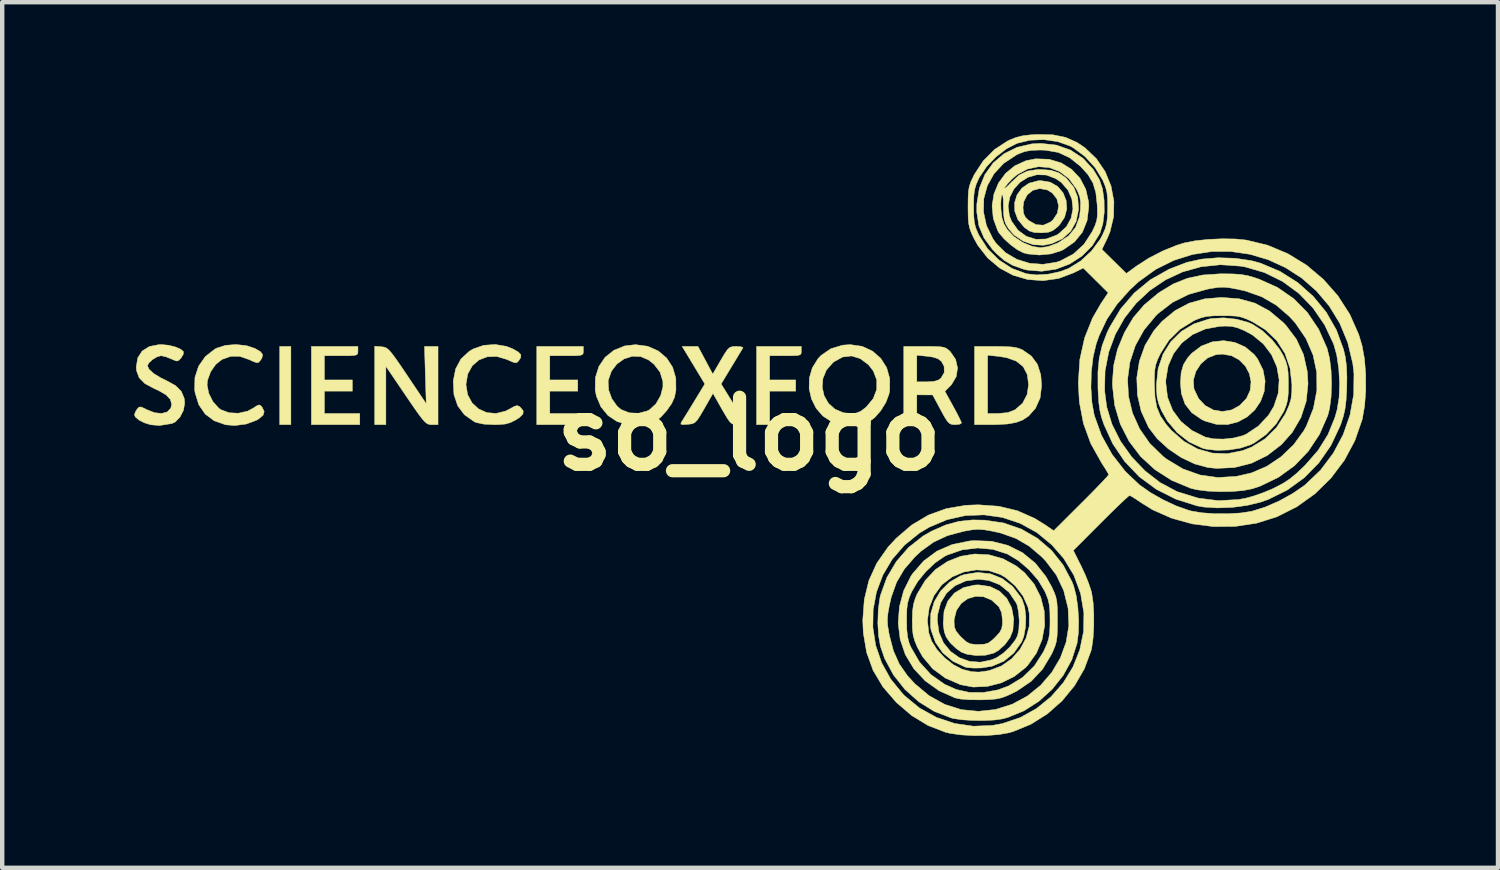
<source format=kicad_pcb>
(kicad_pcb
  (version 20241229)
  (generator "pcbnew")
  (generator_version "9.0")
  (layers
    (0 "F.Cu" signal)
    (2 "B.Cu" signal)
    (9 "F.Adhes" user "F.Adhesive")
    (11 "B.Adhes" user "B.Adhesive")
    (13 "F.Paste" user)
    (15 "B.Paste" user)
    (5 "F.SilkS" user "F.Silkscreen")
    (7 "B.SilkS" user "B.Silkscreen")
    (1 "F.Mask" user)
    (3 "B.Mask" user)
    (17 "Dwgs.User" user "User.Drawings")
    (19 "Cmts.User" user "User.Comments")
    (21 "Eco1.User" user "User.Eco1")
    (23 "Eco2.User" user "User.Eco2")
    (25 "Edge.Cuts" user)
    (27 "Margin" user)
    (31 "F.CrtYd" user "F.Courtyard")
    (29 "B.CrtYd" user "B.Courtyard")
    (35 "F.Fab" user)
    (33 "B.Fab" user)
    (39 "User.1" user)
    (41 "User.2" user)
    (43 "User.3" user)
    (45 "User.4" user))
  (footprint "so_logo"
    (layer "F.Cu")
    (at 13.974 6.812)
    (property "Reference" "so_logo" (at 0 0 0) (layer "F.SilkS") (effects (font (size 1.524 1.524) (thickness 0.3))))
    (attr through_hole)
    (fp_poly (pts (xy -10.414 -0.212) (xy -10.668 -0.212) (xy -10.668 -1.99) (xy -10.414 -1.99) (xy -10.414 -0.212)) (stroke (width 0.01) (type solid)) (fill yes) (layer "F.SilkS"))
    (fp_poly (pts (xy 1.185 -1.884) (xy 1.182 -1.833) (xy 1.161 -1.801) (xy 1.105 -1.785) (xy 0.998 -1.779) (xy 0.826 -1.778) (xy 0.466 -1.778) (xy 0.466 -1.228) (xy 1.058 -1.228) (xy 1.058 -0.974) (xy 0.466 -0.974) (xy 0.466 -0.212) (xy 0.169 -0.212) (xy 0.169 -1.99) (xy 1.185 -1.99) (xy 1.185 -1.884)) (stroke (width 0.01) (type solid)) (fill yes) (layer "F.SilkS"))
    (fp_poly (pts (xy -8.89 -1.884) (xy -8.893 -1.834) (xy -8.913 -1.803) (xy -8.966 -1.786) (xy -9.069 -1.779) (xy -9.237 -1.778) (xy -9.271 -1.778) (xy -9.652 -1.778) (xy -9.652 -1.228) (xy -9.017 -1.228) (xy -9.017 -0.974) (xy -9.652 -0.974) (xy -9.652 -0.466) (xy -8.848 -0.466) (xy -8.848 -0.212) (xy -9.948 -0.212) (xy -9.948 -1.99) (xy -8.89 -1.99) (xy -8.89 -1.884)) (stroke (width 0.01) (type solid)) (fill yes) (layer "F.SilkS"))
    (fp_poly (pts (xy -3.768 -1.884) (xy -3.771 -1.834) (xy -3.791 -1.803) (xy -3.844 -1.786) (xy -3.947 -1.779) (xy -4.115 -1.778) (xy -4.149 -1.778) (xy -4.53 -1.778) (xy -4.53 -1.228) (xy -3.895 -1.228) (xy -3.895 -0.974) (xy -4.53 -0.974) (xy -4.53 -0.466) (xy -3.725 -0.466) (xy -3.725 -0.212) (xy -4.826 -0.212) (xy -4.826 -1.99) (xy -3.768 -1.99) (xy -3.768 -1.884)) (stroke (width 0.01) (type solid)) (fill yes) (layer "F.SilkS"))
    (fp_poly (pts (xy -8.354 -1.982) (xy -8.297 -1.974) (xy -8.247 -1.955) (xy -8.193 -1.914) (xy -8.129 -1.843) (xy -8.044 -1.73) (xy -7.931 -1.568) (xy -7.78 -1.345) (xy -7.769 -1.328) (xy -7.338 -0.687) (xy -7.358 -1.338) (xy -7.377 -1.99) (xy -7.07 -1.99) (xy -7.07 -0.212) (xy -7.212 -0.212) (xy -7.263 -0.215) (xy -7.31 -0.231) (xy -7.361 -0.269) (xy -7.425 -0.338) (xy -7.508 -0.447) (xy -7.621 -0.607) (xy -7.771 -0.826) (xy -7.804 -0.875) (xy -8.255 -1.539) (xy -8.255 -0.212) (xy -8.509 -0.212) (xy -8.509 -1.995) (xy -8.354 -1.982)) (stroke (width 0.01) (type solid)) (fill yes) (layer "F.SilkS"))
    (fp_poly (pts (xy 5.817 -1.987) (xy 5.98 -1.976) (xy 6.099 -1.954) (xy 6.194 -1.92) (xy 6.214 -1.91) (xy 6.415 -1.769) (xy 6.552 -1.582) (xy 6.627 -1.343) (xy 6.646 -1.1) (xy 6.612 -0.819) (xy 6.508 -0.585) (xy 6.351 -0.409) (xy 6.221 -0.321) (xy 6.067 -0.262) (xy 5.871 -0.227) (xy 5.615 -0.213) (xy 5.514 -0.212) (xy 5.122 -0.212) (xy 5.122 -0.466) (xy 5.419 -0.466) (xy 5.662 -0.466) (xy 5.88 -0.486) (xy 6.043 -0.55) (xy 6.043 -0.55) (xy 6.215 -0.701) (xy 6.318 -0.899) (xy 6.35 -1.122) (xy 6.32 -1.352) (xy 6.228 -1.529) (xy 6.07 -1.656) (xy 5.845 -1.736) (xy 5.674 -1.763) (xy 5.419 -1.79) (xy 5.419 -0.466) (xy 5.122 -0.466) (xy 5.122 -1.99) (xy 5.59 -1.99) (xy 5.817 -1.987)) (stroke (width 0.01) (type solid)) (fill yes) (layer "F.SilkS"))
    (fp_poly (pts (xy 6.843 -5.721) (xy 7.012 -5.624) (xy 7.134 -5.48) (xy 7.204 -5.305) (xy 7.218 -5.115) (xy 7.168 -4.924) (xy 7.051 -4.749) (xy 7.002 -4.701) (xy 6.898 -4.622) (xy 6.795 -4.583) (xy 6.655 -4.572) (xy 6.625 -4.572) (xy 6.475 -4.58) (xy 6.369 -4.613) (xy 6.267 -4.685) (xy 6.248 -4.701) (xy 6.106 -4.873) (xy 6.036 -5.062) (xy 6.034 -5.149) (xy 6.223 -5.149) (xy 6.234 -5.016) (xy 6.278 -4.925) (xy 6.353 -4.851) (xy 6.519 -4.757) (xy 6.686 -4.745) (xy 6.845 -4.815) (xy 6.904 -4.865) (xy 7.004 -5.017) (xy 7.033 -5.183) (xy 6.993 -5.343) (xy 6.889 -5.476) (xy 6.776 -5.545) (xy 6.602 -5.577) (xy 6.445 -5.536) (xy 6.319 -5.434) (xy 6.241 -5.281) (xy 6.223 -5.149) (xy 6.034 -5.149) (xy 6.032 -5.254) (xy 6.088 -5.434) (xy 6.199 -5.588) (xy 6.36 -5.699) (xy 6.566 -5.754) (xy 6.634 -5.757) (xy 6.843 -5.721)) (stroke (width 0.01) (type solid)) (fill yes) (layer "F.SilkS"))
    (fp_poly (pts (xy 4.188 -1.989) (xy 4.328 -1.984) (xy 4.42 -1.97) (xy 4.483 -1.945) (xy 4.536 -1.904) (xy 4.573 -1.868) (xy 4.692 -1.695) (xy 4.736 -1.501) (xy 4.706 -1.305) (xy 4.601 -1.125) (xy 4.57 -1.092) (xy 4.448 -0.97) (xy 4.637 -0.628) (xy 4.72 -0.474) (xy 4.784 -0.347) (xy 4.821 -0.266) (xy 4.826 -0.249) (xy 4.789 -0.224) (xy 4.697 -0.212) (xy 4.68 -0.212) (xy 4.608 -0.216) (xy 4.553 -0.239) (xy 4.5 -0.294) (xy 4.435 -0.397) (xy 4.352 -0.55) (xy 4.17 -0.888) (xy 3.99 -0.888) (xy 3.81 -0.889) (xy 3.81 -0.212) (xy 3.514 -0.212) (xy 3.514 -1.185) (xy 3.81 -1.185) (xy 4.043 -1.185) (xy 4.203 -1.195) (xy 4.307 -1.229) (xy 4.36 -1.27) (xy 4.434 -1.396) (xy 4.43 -1.538) (xy 4.371 -1.648) (xy 4.291 -1.711) (xy 4.161 -1.75) (xy 4.053 -1.765) (xy 3.81 -1.79) (xy 3.81 -1.185) (xy 3.514 -1.185) (xy 3.514 -1.99) (xy 3.983 -1.99) (xy 4.188 -1.989)) (stroke (width 0.01) (type solid)) (fill yes) (layer "F.SilkS"))
    (fp_poly (pts (xy -11.423 -2.007) (xy -11.232 -1.944) (xy -11.107 -1.872) (xy -11.056 -1.804) (xy -11.073 -1.726) (xy -11.106 -1.673) (xy -11.145 -1.629) (xy -11.189 -1.619) (xy -11.264 -1.645) (xy -11.353 -1.687) (xy -11.574 -1.764) (xy -11.779 -1.765) (xy -11.978 -1.695) (xy -12.122 -1.58) (xy -12.238 -1.413) (xy -12.307 -1.224) (xy -12.318 -1.119) (xy -12.281 -0.925) (xy -12.186 -0.736) (xy -12.052 -0.586) (xy -12.004 -0.552) (xy -11.818 -0.482) (xy -11.605 -0.472) (xy -11.395 -0.52) (xy -11.265 -0.59) (xy -11.175 -0.649) (xy -11.125 -0.661) (xy -11.084 -0.628) (xy -11.068 -0.608) (xy -11.021 -0.51) (xy -11.046 -0.425) (xy -11.149 -0.34) (xy -11.198 -0.312) (xy -11.43 -0.226) (xy -11.688 -0.192) (xy -11.896 -0.209) (xy -12.157 -0.3) (xy -12.361 -0.453) (xy -12.507 -0.666) (xy -12.59 -0.935) (xy -12.601 -1.008) (xy -12.594 -1.285) (xy -12.511 -1.54) (xy -12.358 -1.759) (xy -12.144 -1.927) (xy -12.102 -1.95) (xy -11.901 -2.014) (xy -11.663 -2.033) (xy -11.423 -2.007)) (stroke (width 0.01) (type solid)) (fill yes) (layer "F.SilkS"))
    (fp_poly (pts (xy -5.514 -1.991) (xy -5.377 -1.937) (xy -5.247 -1.863) (xy -5.188 -1.802) (xy -5.19 -1.739) (xy -5.229 -1.675) (xy -5.268 -1.63) (xy -5.311 -1.617) (xy -5.381 -1.638) (xy -5.5 -1.692) (xy -5.731 -1.761) (xy -5.948 -1.755) (xy -6.14 -1.682) (xy -6.293 -1.548) (xy -6.395 -1.363) (xy -6.434 -1.133) (xy -6.435 -1.122) (xy -6.398 -0.894) (xy -6.297 -0.707) (xy -6.146 -0.568) (xy -5.96 -0.485) (xy -5.751 -0.467) (xy -5.535 -0.52) (xy -5.44 -0.569) (xy -5.333 -0.629) (xy -5.269 -0.645) (xy -5.219 -0.623) (xy -5.196 -0.604) (xy -5.134 -0.525) (xy -5.141 -0.452) (xy -5.221 -0.373) (xy -5.306 -0.319) (xy -5.425 -0.259) (xy -5.544 -0.226) (xy -5.697 -0.213) (xy -5.803 -0.212) (xy -6.032 -0.224) (xy -6.201 -0.26) (xy -6.244 -0.278) (xy -6.469 -0.436) (xy -6.623 -0.641) (xy -6.708 -0.893) (xy -6.724 -1.194) (xy -6.724 -1.204) (xy -6.67 -1.479) (xy -6.549 -1.705) (xy -6.359 -1.88) (xy -6.269 -1.933) (xy -6.033 -2.015) (xy -5.771 -2.034) (xy -5.514 -1.991)) (stroke (width 0.01) (type solid)) (fill yes) (layer "F.SilkS"))
    (fp_poly (pts (xy 11.038 -2.081) (xy 11.274 -1.976) (xy 11.476 -1.807) (xy 11.556 -1.703) (xy 11.678 -1.454) (xy 11.725 -1.205) (xy 11.704 -0.965) (xy 11.623 -0.743) (xy 11.492 -0.548) (xy 11.318 -0.389) (xy 11.109 -0.275) (xy 10.875 -0.215) (xy 10.622 -0.218) (xy 10.361 -0.293) (xy 10.282 -0.33) (xy 10.058 -0.484) (xy 9.906 -0.678) (xy 9.822 -0.919) (xy 9.801 -1.161) (xy 9.806 -1.226) (xy 10.095 -1.226) (xy 10.108 -1.031) (xy 10.111 -1.02) (xy 10.213 -0.805) (xy 10.364 -0.645) (xy 10.55 -0.545) (xy 10.756 -0.511) (xy 10.966 -0.548) (xy 11.149 -0.649) (xy 11.303 -0.81) (xy 11.386 -0.994) (xy 11.405 -1.186) (xy 11.366 -1.374) (xy 11.275 -1.544) (xy 11.138 -1.683) (xy 10.963 -1.778) (xy 10.754 -1.815) (xy 10.606 -1.802) (xy 10.419 -1.728) (xy 10.264 -1.594) (xy 10.151 -1.42) (xy 10.095 -1.226) (xy 9.806 -1.226) (xy 9.817 -1.394) (xy 9.869 -1.576) (xy 9.968 -1.734) (xy 10.06 -1.836) (xy 10.278 -2) (xy 10.525 -2.094) (xy 10.783 -2.121) (xy 11.038 -2.081)) (stroke (width 0.01) (type solid)) (fill yes) (layer "F.SilkS"))
    (fp_poly (pts (xy -0.995 -1.675) (xy -0.827 -1.361) (xy -0.645 -1.675) (xy -0.555 -1.827) (xy -0.491 -1.92) (xy -0.436 -1.968) (xy -0.374 -1.987) (xy -0.292 -1.99) (xy -0.191 -1.983) (xy -0.141 -1.966) (xy -0.141 -1.958) (xy -0.169 -1.911) (xy -0.232 -1.807) (xy -0.318 -1.664) (xy -0.398 -1.532) (xy -0.637 -1.137) (xy -0.41 -0.77) (xy -0.278 -0.557) (xy -0.188 -0.407) (xy -0.134 -0.308) (xy -0.115 -0.249) (xy -0.127 -0.221) (xy -0.167 -0.212) (xy -0.233 -0.212) (xy -0.25 -0.212) (xy -0.329 -0.214) (xy -0.387 -0.231) (xy -0.44 -0.277) (xy -0.501 -0.364) (xy -0.585 -0.506) (xy -0.62 -0.567) (xy -0.822 -0.923) (xy -1.019 -0.578) (xy -1.113 -0.417) (xy -1.18 -0.315) (xy -1.236 -0.258) (xy -1.296 -0.232) (xy -1.375 -0.221) (xy -1.398 -0.219) (xy -1.51 -0.213) (xy -1.553 -0.225) (xy -1.542 -0.264) (xy -1.517 -0.304) (xy -1.468 -0.382) (xy -1.388 -0.511) (xy -1.291 -0.67) (xy -1.23 -0.77) (xy -1.007 -1.137) (xy -1.264 -1.563) (xy -1.522 -1.99) (xy -1.163 -1.99) (xy -0.995 -1.675)) (stroke (width 0.01) (type solid)) (fill yes) (layer "F.SilkS"))
    (fp_poly (pts (xy -2.304 -1.993) (xy -2.065 -1.887) (xy -1.874 -1.725) (xy -1.738 -1.515) (xy -1.666 -1.268) (xy -1.664 -0.994) (xy -1.696 -0.833) (xy -1.762 -0.69) (xy -1.873 -0.531) (xy -2.004 -0.387) (xy -2.131 -0.288) (xy -2.134 -0.286) (xy -2.286 -0.234) (xy -2.487 -0.206) (xy -2.702 -0.207) (xy -2.752 -0.212) (xy -2.998 -0.281) (xy -3.207 -0.42) (xy -3.368 -0.616) (xy -3.471 -0.859) (xy -3.499 -1.001) (xy -3.495 -1.195) (xy -3.204 -1.195) (xy -3.193 -0.999) (xy -3.12 -0.799) (xy -2.999 -0.63) (xy -2.908 -0.554) (xy -2.724 -0.481) (xy -2.515 -0.471) (xy -2.318 -0.523) (xy -2.262 -0.552) (xy -2.118 -0.685) (xy -2.012 -0.869) (xy -1.959 -1.071) (xy -1.96 -1.195) (xy -2.025 -1.406) (xy -2.162 -1.584) (xy -2.286 -1.683) (xy -2.467 -1.76) (xy -2.658 -1.765) (xy -2.842 -1.706) (xy -3.004 -1.591) (xy -3.129 -1.428) (xy -3.2 -1.225) (xy -3.204 -1.195) (xy -3.495 -1.195) (xy -3.494 -1.282) (xy -3.415 -1.533) (xy -3.273 -1.743) (xy -3.074 -1.902) (xy -2.829 -2.001) (xy -2.582 -2.03) (xy -2.304 -1.993)) (stroke (width 0.01) (type solid)) (fill yes) (layer "F.SilkS"))
    (fp_poly (pts (xy 2.567 -1.992) (xy 2.802 -1.884) (xy 2.991 -1.719) (xy 3.125 -1.507) (xy 3.195 -1.259) (xy 3.193 -0.988) (xy 3.179 -0.91) (xy 3.108 -0.719) (xy 2.991 -0.529) (xy 2.85 -0.37) (xy 2.737 -0.288) (xy 2.579 -0.234) (xy 2.373 -0.206) (xy 2.151 -0.208) (xy 2.112 -0.212) (xy 1.873 -0.279) (xy 1.675 -0.408) (xy 1.521 -0.586) (xy 1.416 -0.798) (xy 1.363 -1.031) (xy 1.364 -1.058) (xy 1.661 -1.058) (xy 1.705 -0.866) (xy 1.803 -0.696) (xy 1.95 -0.564) (xy 2.141 -0.483) (xy 2.296 -0.466) (xy 2.43 -0.475) (xy 2.534 -0.514) (xy 2.645 -0.6) (xy 2.666 -0.618) (xy 2.821 -0.806) (xy 2.899 -1.013) (xy 2.9 -1.225) (xy 2.823 -1.43) (xy 2.712 -1.573) (xy 2.523 -1.714) (xy 2.325 -1.773) (xy 2.124 -1.749) (xy 1.927 -1.641) (xy 1.903 -1.621) (xy 1.755 -1.451) (xy 1.676 -1.258) (xy 1.661 -1.058) (xy 1.364 -1.058) (xy 1.368 -1.271) (xy 1.435 -1.503) (xy 1.567 -1.714) (xy 1.635 -1.786) (xy 1.857 -1.938) (xy 2.122 -2.018) (xy 2.295 -2.031) (xy 2.567 -1.992)) (stroke (width 0.01) (type solid)) (fill yes) (layer "F.SilkS"))
    (fp_poly (pts (xy 5.473 3.466) (xy 5.688 3.571) (xy 5.854 3.734) (xy 5.965 3.947) (xy 6.012 4.199) (xy 5.993 4.465) (xy 5.93 4.624) (xy 5.812 4.786) (xy 5.665 4.919) (xy 5.558 4.98) (xy 5.374 5.027) (xy 5.161 5.035) (xy 4.956 5.007) (xy 4.826 4.959) (xy 4.706 4.875) (xy 4.584 4.76) (xy 4.554 4.725) (xy 4.477 4.613) (xy 4.434 4.496) (xy 4.413 4.337) (xy 4.411 4.302) (xy 4.413 4.27) (xy 4.657 4.27) (xy 4.666 4.392) (xy 4.706 4.486) (xy 4.791 4.589) (xy 4.821 4.619) (xy 4.927 4.717) (xy 5.016 4.766) (xy 5.127 4.782) (xy 5.207 4.784) (xy 5.345 4.777) (xy 5.441 4.747) (xy 5.533 4.677) (xy 5.593 4.619) (xy 5.691 4.512) (xy 5.74 4.422) (xy 5.756 4.311) (xy 5.757 4.244) (xy 5.738 4.063) (xy 5.677 3.931) (xy 5.669 3.921) (xy 5.509 3.774) (xy 5.328 3.699) (xy 5.143 3.69) (xy 4.968 3.742) (xy 4.819 3.85) (xy 4.711 4.008) (xy 4.659 4.212) (xy 4.657 4.27) (xy 4.413 4.27) (xy 4.429 4.027) (xy 4.515 3.795) (xy 4.665 3.614) (xy 4.87 3.491) (xy 5.125 3.433) (xy 5.217 3.429) (xy 5.473 3.466)) (stroke (width 0.01) (type solid)) (fill yes) (layer "F.SilkS"))
    (fp_poly (pts (xy -13.197 -2.017) (xy -13.04 -1.978) (xy -12.915 -1.924) (xy -12.854 -1.871) (xy -12.859 -1.812) (xy -12.906 -1.732) (xy -12.961 -1.672) (xy -13.012 -1.658) (xy -13.093 -1.688) (xy -13.134 -1.707) (xy -13.254 -1.754) (xy -13.355 -1.777) (xy -13.367 -1.778) (xy -13.458 -1.752) (xy -13.56 -1.69) (xy -13.642 -1.614) (xy -13.674 -1.549) (xy -13.635 -1.467) (xy -13.528 -1.371) (xy -13.364 -1.272) (xy -13.247 -1.216) (xy -13.037 -1.1) (xy -12.903 -0.967) (xy -12.837 -0.807) (xy -12.827 -0.696) (xy -12.857 -0.534) (xy -12.934 -0.384) (xy -13.041 -0.274) (xy -13.115 -0.238) (xy -13.396 -0.193) (xy -13.596 -0.209) (xy -13.74 -0.253) (xy -13.865 -0.316) (xy -13.948 -0.387) (xy -13.969 -0.435) (xy -13.944 -0.508) (xy -13.909 -0.563) (xy -13.868 -0.608) (xy -13.822 -0.615) (xy -13.744 -0.582) (xy -13.689 -0.553) (xy -13.51 -0.483) (xy -13.35 -0.467) (xy -13.222 -0.502) (xy -13.143 -0.585) (xy -13.123 -0.676) (xy -13.153 -0.786) (xy -13.248 -0.887) (xy -13.415 -0.985) (xy -13.525 -1.035) (xy -13.732 -1.146) (xy -13.862 -1.278) (xy -13.922 -1.44) (xy -13.928 -1.523) (xy -13.893 -1.73) (xy -13.793 -1.886) (xy -13.631 -1.987) (xy -13.41 -2.031) (xy -13.357 -2.032) (xy -13.197 -2.017)) (stroke (width 0.01) (type solid)) (fill yes) (layer "F.SilkS"))
    (fp_poly (pts (xy 5.486 3.178) (xy 5.753 3.286) (xy 5.987 3.465) (xy 6.176 3.712) (xy 6.207 3.768) (xy 6.263 3.939) (xy 6.288 4.157) (xy 6.28 4.387) (xy 6.242 4.598) (xy 6.195 4.721) (xy 6.016 4.976) (xy 5.789 5.163) (xy 5.518 5.278) (xy 5.272 5.317) (xy 5.114 5.32) (xy 4.977 5.31) (xy 4.91 5.297) (xy 4.63 5.165) (xy 4.401 4.974) (xy 4.233 4.735) (xy 4.135 4.458) (xy 4.12 4.365) (xy 4.123 4.234) (xy 4.276 4.234) (xy 4.313 4.507) (xy 4.416 4.745) (xy 4.574 4.939) (xy 4.775 5.083) (xy 5.006 5.167) (xy 5.256 5.186) (xy 5.513 5.131) (xy 5.624 5.083) (xy 5.777 4.98) (xy 5.928 4.837) (xy 6.048 4.683) (xy 6.099 4.586) (xy 6.129 4.442) (xy 6.138 4.255) (xy 6.125 4.063) (xy 6.093 3.899) (xy 6.07 3.84) (xy 5.906 3.598) (xy 5.697 3.427) (xy 5.444 3.328) (xy 5.207 3.302) (xy 4.922 3.34) (xy 4.68 3.447) (xy 4.487 3.615) (xy 4.352 3.837) (xy 4.283 4.105) (xy 4.276 4.234) (xy 4.123 4.234) (xy 4.127 4.081) (xy 4.207 3.81) (xy 4.352 3.567) (xy 4.552 3.368) (xy 4.796 3.227) (xy 4.891 3.194) (xy 5.195 3.146) (xy 5.486 3.178)) (stroke (width 0.01) (type solid)) (fill yes) (layer "F.SilkS"))
    (fp_poly (pts (xy 5.449 2.745) (xy 5.768 2.835) (xy 6.07 2.999) (xy 6.258 3.152) (xy 6.476 3.41) (xy 6.625 3.704) (xy 6.705 4.022) (xy 6.716 4.349) (xy 6.657 4.672) (xy 6.529 4.979) (xy 6.332 5.255) (xy 6.282 5.308) (xy 6.025 5.511) (xy 5.729 5.656) (xy 5.411 5.737) (xy 5.091 5.751) (xy 4.805 5.698) (xy 4.46 5.548) (xy 4.173 5.336) (xy 3.943 5.063) (xy 3.823 4.847) (xy 3.762 4.7) (xy 3.726 4.568) (xy 3.71 4.417) (xy 3.707 4.235) (xy 4.051 4.235) (xy 4.082 4.52) (xy 4.148 4.71) (xy 4.27 4.902) (xy 4.443 5.087) (xy 4.64 5.242) (xy 4.836 5.344) (xy 4.862 5.352) (xy 5.054 5.401) (xy 5.22 5.411) (xy 5.406 5.385) (xy 5.461 5.374) (xy 5.733 5.272) (xy 5.968 5.107) (xy 6.157 4.892) (xy 6.292 4.64) (xy 6.365 4.367) (xy 6.367 4.085) (xy 6.335 3.932) (xy 6.224 3.683) (xy 6.048 3.452) (xy 5.829 3.264) (xy 5.711 3.194) (xy 5.448 3.106) (xy 5.163 3.088) (xy 4.878 3.136) (xy 4.613 3.248) (xy 4.388 3.419) (xy 4.373 3.434) (xy 4.2 3.673) (xy 4.092 3.946) (xy 4.051 4.235) (xy 3.707 4.235) (xy 3.707 4.233) (xy 3.713 4.028) (xy 3.734 3.873) (xy 3.776 3.735) (xy 3.819 3.633) (xy 4.003 3.326) (xy 4.236 3.079) (xy 4.508 2.896) (xy 4.809 2.778) (xy 5.126 2.727) (xy 5.449 2.745)) (stroke (width 0.01) (type solid)) (fill yes) (layer "F.SilkS"))
    (fp_poly (pts (xy 6.982 -6.565) (xy 7.305 -6.451) (xy 7.586 -6.266) (xy 7.818 -6.014) (xy 7.96 -5.779) (xy 8.03 -5.568) (xy 8.066 -5.311) (xy 8.069 -5.037) (xy 8.038 -4.778) (xy 7.973 -4.565) (xy 7.972 -4.563) (xy 7.797 -4.278) (xy 7.563 -4.043) (xy 7.284 -3.863) (xy 6.975 -3.746) (xy 6.649 -3.698) (xy 6.32 -3.725) (xy 6.226 -3.748) (xy 5.992 -3.831) (xy 5.796 -3.945) (xy 5.61 -4.109) (xy 5.529 -4.195) (xy 5.337 -4.455) (xy 5.221 -4.73) (xy 5.173 -5.038) (xy 5.173 -5.044) (xy 5.326 -5.044) (xy 5.393 -4.736) (xy 5.539 -4.437) (xy 5.614 -4.329) (xy 5.824 -4.121) (xy 6.083 -3.969) (xy 6.374 -3.879) (xy 6.679 -3.856) (xy 6.98 -3.903) (xy 7.072 -3.934) (xy 7.367 -4.089) (xy 7.607 -4.308) (xy 7.791 -4.59) (xy 7.793 -4.593) (xy 7.86 -4.737) (xy 7.898 -4.85) (xy 7.914 -4.965) (xy 7.913 -5.115) (xy 7.908 -5.217) (xy 7.878 -5.487) (xy 7.813 -5.703) (xy 7.702 -5.891) (xy 7.532 -6.08) (xy 7.528 -6.083) (xy 7.284 -6.278) (xy 7.025 -6.398) (xy 6.73 -6.449) (xy 6.604 -6.453) (xy 6.41 -6.445) (xy 6.262 -6.418) (xy 6.124 -6.366) (xy 6.066 -6.337) (xy 5.782 -6.148) (xy 5.564 -5.913) (xy 5.413 -5.643) (xy 5.333 -5.35) (xy 5.326 -5.044) (xy 5.173 -5.044) (xy 5.174 -5.228) (xy 5.231 -5.584) (xy 5.358 -5.897) (xy 5.547 -6.161) (xy 5.793 -6.369) (xy 6.088 -6.515) (xy 6.426 -6.593) (xy 6.625 -6.604) (xy 6.982 -6.565)) (stroke (width 0.01) (type solid)) (fill yes) (layer "F.SilkS"))
    (fp_poly (pts (xy 11.071 -2.609) (xy 11.335 -2.538) (xy 11.441 -2.492) (xy 11.664 -2.345) (xy 11.879 -2.145) (xy 12.057 -1.921) (xy 12.137 -1.783) (xy 12.194 -1.655) (xy 12.228 -1.538) (xy 12.247 -1.403) (xy 12.253 -1.222) (xy 12.254 -1.143) (xy 12.252 -0.939) (xy 12.239 -0.79) (xy 12.211 -0.669) (xy 12.164 -0.546) (xy 12.142 -0.5) (xy 11.974 -0.227) (xy 11.746 0.014) (xy 11.481 0.201) (xy 11.396 0.244) (xy 11.167 0.32) (xy 10.9 0.363) (xy 10.627 0.372) (xy 10.383 0.344) (xy 10.301 0.323) (xy 9.998 0.181) (xy 9.727 -0.03) (xy 9.502 -0.297) (xy 9.371 -0.529) (xy 9.307 -0.687) (xy 9.271 -0.832) (xy 9.257 -1.001) (xy 9.256 -1.122) (xy 9.26 -1.164) (xy 9.468 -1.164) (xy 9.508 -0.834) (xy 9.624 -0.539) (xy 9.811 -0.285) (xy 10.064 -0.078) (xy 10.367 0.071) (xy 10.55 0.11) (xy 10.776 0.116) (xy 11.01 0.091) (xy 11.217 0.038) (xy 11.294 0.005) (xy 11.576 -0.183) (xy 11.802 -0.426) (xy 11.924 -0.628) (xy 12.023 -0.926) (xy 12.044 -1.229) (xy 11.992 -1.525) (xy 11.87 -1.802) (xy 11.685 -2.047) (xy 11.44 -2.248) (xy 11.254 -2.349) (xy 11.097 -2.413) (xy 10.967 -2.445) (xy 10.823 -2.452) (xy 10.694 -2.446) (xy 10.365 -2.386) (xy 10.075 -2.258) (xy 9.833 -2.07) (xy 9.646 -1.83) (xy 9.522 -1.548) (xy 9.469 -1.23) (xy 9.468 -1.164) (xy 9.26 -1.164) (xy 9.294 -1.486) (xy 9.405 -1.814) (xy 9.582 -2.097) (xy 9.819 -2.33) (xy 10.109 -2.503) (xy 10.447 -2.612) (xy 10.511 -2.623) (xy 10.784 -2.639) (xy 11.071 -2.609)) (stroke (width 0.01) (type solid)) (fill yes) (layer "F.SilkS"))
    (fp_poly (pts (xy 11.133 -3.073) (xy 11.494 -2.973) (xy 11.822 -2.797) (xy 12.127 -2.542) (xy 12.199 -2.468) (xy 12.436 -2.154) (xy 12.598 -1.804) (xy 12.684 -1.416) (xy 12.7 -1.138) (xy 12.659 -0.743) (xy 12.539 -0.373) (xy 12.341 -0.035) (xy 12.097 0.24) (xy 11.774 0.489) (xy 11.414 0.665) (xy 11.027 0.763) (xy 10.622 0.782) (xy 10.426 0.762) (xy 10.125 0.681) (xy 9.818 0.535) (xy 9.527 0.339) (xy 9.274 0.108) (xy 9.081 -0.144) (xy 9.072 -0.16) (xy 8.909 -0.516) (xy 8.822 -0.893) (xy 8.815 -1.122) (xy 9.209 -1.122) (xy 9.223 -0.835) (xy 9.265 -0.606) (xy 9.346 -0.409) (xy 9.474 -0.22) (xy 9.596 -0.081) (xy 9.881 0.168) (xy 10.192 0.34) (xy 10.523 0.434) (xy 10.866 0.447) (xy 11.213 0.378) (xy 11.417 0.298) (xy 11.723 0.11) (xy 11.981 -0.143) (xy 12.181 -0.452) (xy 12.204 -0.498) (xy 12.274 -0.662) (xy 12.314 -0.799) (xy 12.331 -0.948) (xy 12.334 -1.121) (xy 12.292 -1.494) (xy 12.176 -1.83) (xy 11.988 -2.124) (xy 11.73 -2.37) (xy 11.438 -2.55) (xy 11.296 -2.616) (xy 11.179 -2.657) (xy 11.057 -2.679) (xy 10.902 -2.687) (xy 10.754 -2.688) (xy 10.548 -2.685) (xy 10.398 -2.671) (xy 10.276 -2.643) (xy 10.152 -2.595) (xy 10.11 -2.576) (xy 9.796 -2.383) (xy 9.537 -2.128) (xy 9.345 -1.826) (xy 9.281 -1.69) (xy 9.241 -1.578) (xy 9.219 -1.462) (xy 9.21 -1.316) (xy 9.209 -1.122) (xy 8.815 -1.122) (xy 8.809 -1.277) (xy 8.868 -1.655) (xy 8.997 -2.016) (xy 9.195 -2.345) (xy 9.382 -2.559) (xy 9.679 -2.804) (xy 9.998 -2.973) (xy 10.351 -3.071) (xy 10.732 -3.103) (xy 11.133 -3.073)) (stroke (width 0.01) (type solid)) (fill yes) (layer "F.SilkS"))
    (fp_poly (pts (xy 5.355 1.958) (xy 5.787 2.023) (xy 6.19 2.163) (xy 6.554 2.373) (xy 6.872 2.647) (xy 7.136 2.978) (xy 7.338 3.361) (xy 7.375 3.457) (xy 7.432 3.676) (xy 7.47 3.947) (xy 7.488 4.238) (xy 7.482 4.518) (xy 7.452 4.755) (xy 7.333 5.128) (xy 7.141 5.48) (xy 6.888 5.799) (xy 6.586 6.073) (xy 6.244 6.292) (xy 5.876 6.442) (xy 5.757 6.474) (xy 5.573 6.5) (xy 5.339 6.512) (xy 5.085 6.51) (xy 4.844 6.495) (xy 4.645 6.466) (xy 4.596 6.454) (xy 4.21 6.306) (xy 3.855 6.086) (xy 3.541 5.806) (xy 3.28 5.476) (xy 3.081 5.107) (xy 2.982 4.82) (xy 2.94 4.578) (xy 2.924 4.291) (xy 2.927 4.218) (xy 3.141 4.218) (xy 3.148 4.353) (xy 3.176 4.522) (xy 3.187 4.577) (xy 3.279 4.928) (xy 3.411 5.225) (xy 3.598 5.494) (xy 3.765 5.676) (xy 4.091 5.948) (xy 4.445 6.145) (xy 4.821 6.264) (xy 5.212 6.302) (xy 5.596 6.261) (xy 5.978 6.141) (xy 6.323 5.955) (xy 6.625 5.71) (xy 6.877 5.418) (xy 7.072 5.088) (xy 7.204 4.729) (xy 7.265 4.351) (xy 7.248 3.964) (xy 7.246 3.952) (xy 7.148 3.558) (xy 6.981 3.206) (xy 6.738 2.885) (xy 6.65 2.793) (xy 6.365 2.55) (xy 6.063 2.374) (xy 5.719 2.252) (xy 5.538 2.211) (xy 5.356 2.179) (xy 5.215 2.167) (xy 5.077 2.176) (xy 4.902 2.206) (xy 4.876 2.211) (xy 4.507 2.31) (xy 4.192 2.457) (xy 3.906 2.663) (xy 3.767 2.793) (xy 3.525 3.073) (xy 3.35 3.37) (xy 3.229 3.709) (xy 3.185 3.902) (xy 3.153 4.08) (xy 3.141 4.218) (xy 2.927 4.218) (xy 2.934 3.996) (xy 2.97 3.729) (xy 2.986 3.66) (xy 3.13 3.261) (xy 3.346 2.897) (xy 3.622 2.579) (xy 3.952 2.319) (xy 4.152 2.205) (xy 4.467 2.067) (xy 4.763 1.986) (xy 5.075 1.953) (xy 5.355 1.958)) (stroke (width 0.01) (type solid)) (fill yes) (layer "F.SilkS"))
    (fp_poly (pts (xy 5.51 2.438) (xy 5.879 2.531) (xy 6.212 2.697) (xy 6.503 2.935) (xy 6.745 3.241) (xy 6.874 3.471) (xy 6.932 3.597) (xy 6.97 3.702) (xy 6.992 3.811) (xy 7.003 3.947) (xy 7.006 4.135) (xy 7.006 4.233) (xy 7.005 4.449) (xy 6.997 4.604) (xy 6.98 4.722) (xy 6.949 4.828) (xy 6.899 4.945) (xy 6.871 5.005) (xy 6.669 5.343) (xy 6.409 5.62) (xy 6.089 5.838) (xy 6.019 5.874) (xy 5.865 5.947) (xy 5.741 5.994) (xy 5.618 6.021) (xy 5.466 6.035) (xy 5.274 6.042) (xy 5.012 6.04) (xy 4.803 6.023) (xy 4.678 5.997) (xy 4.317 5.836) (xy 4 5.61) (xy 3.739 5.33) (xy 3.549 5.014) (xy 3.432 4.668) (xy 3.387 4.299) (xy 3.392 4.233) (xy 3.579 4.233) (xy 3.583 4.451) (xy 3.6 4.61) (xy 3.632 4.739) (xy 3.671 4.837) (xy 3.872 5.184) (xy 4.129 5.467) (xy 4.438 5.686) (xy 4.708 5.807) (xy 5.002 5.872) (xy 5.325 5.874) (xy 5.649 5.816) (xy 5.895 5.726) (xy 6.215 5.531) (xy 6.48 5.273) (xy 6.684 4.956) (xy 6.702 4.919) (xy 6.767 4.774) (xy 6.807 4.653) (xy 6.828 4.526) (xy 6.836 4.362) (xy 6.837 4.233) (xy 6.834 4.03) (xy 6.82 3.881) (xy 6.792 3.757) (xy 6.742 3.628) (xy 6.715 3.568) (xy 6.567 3.322) (xy 6.36 3.084) (xy 6.12 2.878) (xy 5.871 2.729) (xy 5.869 2.728) (xy 5.539 2.622) (xy 5.19 2.591) (xy 4.838 2.634) (xy 4.501 2.751) (xy 4.434 2.785) (xy 4.223 2.93) (xy 4.013 3.13) (xy 3.827 3.358) (xy 3.692 3.588) (xy 3.636 3.719) (xy 3.602 3.839) (xy 3.584 3.977) (xy 3.579 4.161) (xy 3.579 4.233) (xy 3.392 4.233) (xy 3.415 3.924) (xy 3.511 3.563) (xy 3.676 3.231) (xy 3.714 3.175) (xy 3.966 2.885) (xy 4.266 2.663) (xy 4.613 2.512) (xy 5.002 2.432) (xy 5.108 2.423) (xy 5.51 2.438)) (stroke (width 0.01) (type solid)) (fill yes) (layer "F.SilkS"))
    (fp_poly (pts (xy 10.995 -3.637) (xy 11.169 -3.625) (xy 11.319 -3.6) (xy 11.473 -3.557) (xy 11.586 -3.519) (xy 12.007 -3.33) (xy 12.375 -3.075) (xy 12.687 -2.759) (xy 12.941 -2.382) (xy 13.133 -1.949) (xy 13.133 -1.947) (xy 13.19 -1.719) (xy 13.224 -1.44) (xy 13.235 -1.139) (xy 13.224 -0.842) (xy 13.19 -0.579) (xy 13.15 -0.423) (xy 12.961 0.009) (xy 12.707 0.392) (xy 12.394 0.72) (xy 12.028 0.985) (xy 11.615 1.184) (xy 11.433 1.245) (xy 11.229 1.285) (xy 10.972 1.307) (xy 10.692 1.311) (xy 10.416 1.298) (xy 10.173 1.267) (xy 10.032 1.233) (xy 9.602 1.054) (xy 9.222 0.811) (xy 8.897 0.513) (xy 8.633 0.165) (xy 8.434 -0.225) (xy 8.307 -0.649) (xy 8.256 -1.102) (xy 8.255 -1.164) (xy 8.261 -1.245) (xy 8.6 -1.245) (xy 8.62 -0.857) (xy 8.711 -0.478) (xy 8.873 -0.118) (xy 9.104 0.214) (xy 9.404 0.507) (xy 9.491 0.574) (xy 9.856 0.793) (xy 10.245 0.932) (xy 10.651 0.989) (xy 11.072 0.963) (xy 11.415 0.884) (xy 11.764 0.735) (xy 12.09 0.516) (xy 12.376 0.241) (xy 12.605 -0.075) (xy 12.663 -0.18) (xy 12.823 -0.584) (xy 12.901 -0.993) (xy 12.898 -1.399) (xy 12.815 -1.794) (xy 12.652 -2.17) (xy 12.413 -2.52) (xy 12.277 -2.67) (xy 11.977 -2.928) (xy 11.649 -3.118) (xy 11.274 -3.25) (xy 11.099 -3.289) (xy 10.916 -3.323) (xy 10.777 -3.336) (xy 10.646 -3.33) (xy 10.484 -3.304) (xy 10.406 -3.289) (xy 9.988 -3.172) (xy 9.622 -2.991) (xy 9.301 -2.744) (xy 9.244 -2.69) (xy 8.973 -2.364) (xy 8.776 -2.008) (xy 8.652 -1.631) (xy 8.6 -1.245) (xy 8.261 -1.245) (xy 8.283 -1.556) (xy 8.371 -1.925) (xy 8.527 -2.302) (xy 8.529 -2.307) (xy 8.729 -2.644) (xy 8.976 -2.933) (xy 9.289 -3.194) (xy 9.327 -3.221) (xy 9.638 -3.41) (xy 9.958 -3.538) (xy 10.308 -3.613) (xy 10.708 -3.64) (xy 10.765 -3.64) (xy 10.995 -3.637)) (stroke (width 0.01) (type solid)) (fill yes) (layer "F.SilkS"))
    (fp_poly (pts (xy 11.044 -3.993) (xy 11.411 -3.939) (xy 11.621 -3.882) (xy 12.065 -3.694) (xy 12.467 -3.44) (xy 12.819 -3.127) (xy 13.115 -2.766) (xy 13.346 -2.362) (xy 13.506 -1.925) (xy 13.548 -1.747) (xy 13.573 -1.55) (xy 13.584 -1.297) (xy 13.58 -1.015) (xy 13.579 -1.006) (xy 13.565 -0.764) (xy 13.542 -0.575) (xy 13.505 -0.408) (xy 13.448 -0.232) (xy 13.429 -0.182) (xy 13.221 0.26) (xy 12.947 0.655) (xy 12.613 0.996) (xy 12.227 1.275) (xy 11.796 1.488) (xy 11.621 1.549) (xy 11.316 1.623) (xy 10.978 1.668) (xy 10.639 1.68) (xy 10.329 1.66) (xy 10.181 1.634) (xy 9.694 1.48) (xy 9.254 1.258) (xy 8.866 0.972) (xy 8.534 0.625) (xy 8.262 0.221) (xy 8.064 -0.212) (xy 8.008 -0.376) (xy 7.971 -0.531) (xy 7.947 -0.704) (xy 7.932 -0.923) (xy 7.93 -0.981) (xy 8.078 -0.981) (xy 8.126 -0.614) (xy 8.246 -0.219) (xy 8.439 0.164) (xy 8.693 0.521) (xy 8.997 0.839) (xy 9.337 1.103) (xy 9.704 1.299) (xy 9.741 1.315) (xy 10.203 1.457) (xy 10.663 1.515) (xy 11.122 1.489) (xy 11.282 1.46) (xy 11.463 1.41) (xy 11.679 1.335) (xy 11.889 1.248) (xy 11.934 1.226) (xy 12.126 1.126) (xy 12.29 1.019) (xy 12.453 0.884) (xy 12.637 0.708) (xy 12.931 0.37) (xy 13.152 0.016) (xy 13.31 -0.371) (xy 13.361 -0.55) (xy 13.406 -0.828) (xy 13.418 -1.149) (xy 13.399 -1.483) (xy 13.352 -1.797) (xy 13.283 -2.042) (xy 13.078 -2.478) (xy 12.812 -2.865) (xy 12.49 -3.197) (xy 12.121 -3.466) (xy 11.711 -3.668) (xy 11.268 -3.797) (xy 11.168 -3.814) (xy 10.71 -3.846) (xy 10.269 -3.8) (xy 9.85 -3.683) (xy 9.461 -3.502) (xy 9.107 -3.263) (xy 8.795 -2.972) (xy 8.531 -2.637) (xy 8.321 -2.264) (xy 8.171 -1.859) (xy 8.088 -1.43) (xy 8.078 -0.981) (xy 7.93 -0.981) (xy 7.927 -1.037) (xy 7.926 -1.408) (xy 7.956 -1.724) (xy 8.023 -2.011) (xy 8.13 -2.295) (xy 8.186 -2.414) (xy 8.44 -2.84) (xy 8.75 -3.203) (xy 9.117 -3.505) (xy 9.543 -3.745) (xy 9.949 -3.901) (xy 10.282 -3.974) (xy 10.657 -4.005) (xy 11.044 -3.993)) (stroke (width 0.01) (type solid)) (fill yes) (layer "F.SilkS"))
    (fp_poly (pts (xy 6.815 -6.243) (xy 7.091 -6.16) (xy 7.328 -6.014) (xy 7.518 -5.812) (xy 7.649 -5.564) (xy 7.713 -5.279) (xy 7.718 -5.165) (xy 7.68 -4.851) (xy 7.573 -4.585) (xy 7.394 -4.365) (xy 7.146 -4.192) (xy 7.091 -4.165) (xy 6.859 -4.092) (xy 6.593 -4.067) (xy 6.332 -4.091) (xy 6.232 -4.117) (xy 6.098 -4.185) (xy 5.943 -4.298) (xy 5.795 -4.433) (xy 5.681 -4.566) (xy 5.65 -4.617) (xy 5.548 -4.896) (xy 5.521 -5.179) (xy 5.528 -5.229) (xy 5.719 -5.229) (xy 5.723 -5.098) (xy 5.745 -4.912) (xy 5.792 -4.771) (xy 5.865 -4.647) (xy 6.018 -4.485) (xy 6.219 -4.351) (xy 6.438 -4.262) (xy 6.625 -4.233) (xy 6.798 -4.26) (xy 6.995 -4.333) (xy 7.03 -4.35) (xy 7.26 -4.503) (xy 7.417 -4.694) (xy 7.505 -4.931) (xy 7.527 -5.098) (xy 7.532 -5.265) (xy 7.514 -5.389) (xy 7.465 -5.512) (xy 7.428 -5.582) (xy 7.264 -5.806) (xy 7.058 -5.963) (xy 6.824 -6.053) (xy 6.576 -6.074) (xy 6.328 -6.022) (xy 6.094 -5.897) (xy 5.974 -5.795) (xy 5.88 -5.695) (xy 5.817 -5.616) (xy 5.8 -5.583) (xy 5.825 -5.591) (xy 5.89 -5.649) (xy 5.958 -5.721) (xy 6.134 -5.882) (xy 6.321 -5.974) (xy 6.548 -6.01) (xy 6.621 -6.011) (xy 6.854 -5.994) (xy 7.036 -5.935) (xy 7.192 -5.825) (xy 7.211 -5.808) (xy 7.378 -5.605) (xy 7.467 -5.38) (xy 7.486 -5.116) (xy 7.485 -5.099) (xy 7.431 -4.83) (xy 7.307 -4.608) (xy 7.122 -4.438) (xy 6.88 -4.327) (xy 6.692 -4.289) (xy 6.459 -4.301) (xy 6.228 -4.382) (xy 6.024 -4.519) (xy 5.893 -4.668) (xy 5.832 -4.771) (xy 5.798 -4.87) (xy 5.782 -4.996) (xy 5.779 -5.169) (xy 5.778 -5.178) (xy 5.885 -5.178) (xy 5.914 -4.96) (xy 5.964 -4.835) (xy 6.111 -4.629) (xy 6.3 -4.491) (xy 6.517 -4.424) (xy 6.747 -4.431) (xy 6.978 -4.516) (xy 7.036 -4.551) (xy 7.21 -4.711) (xy 7.317 -4.906) (xy 7.358 -5.12) (xy 7.334 -5.337) (xy 7.245 -5.542) (xy 7.093 -5.717) (xy 6.967 -5.804) (xy 6.751 -5.885) (xy 6.537 -5.891) (xy 6.336 -5.834) (xy 6.16 -5.723) (xy 6.019 -5.571) (xy 5.924 -5.385) (xy 5.885 -5.178) (xy 5.778 -5.178) (xy 5.775 -5.332) (xy 5.763 -5.423) (xy 5.745 -5.437) (xy 5.742 -5.432) (xy 5.726 -5.358) (xy 5.719 -5.229) (xy 5.528 -5.229) (xy 5.562 -5.451) (xy 5.666 -5.703) (xy 5.826 -5.921) (xy 6.036 -6.094) (xy 6.29 -6.21) (xy 6.51 -6.253) (xy 6.815 -6.243)) (stroke (width 0.01) (type solid)) (fill yes) (layer "F.SilkS"))
    (fp_poly (pts (xy 6.901 -6.799) (xy 7.189 -6.741) (xy 7.449 -6.626) (xy 7.632 -6.503) (xy 7.892 -6.255) (xy 8.091 -5.96) (xy 8.224 -5.633) (xy 8.289 -5.287) (xy 8.282 -4.936) (xy 8.2 -4.593) (xy 8.14 -4.45) (xy 8.017 -4.194) (xy 8.295 -3.92) (xy 8.572 -3.647) (xy 8.805 -3.818) (xy 9.082 -3.996) (xy 9.4 -4.16) (xy 9.72 -4.29) (xy 9.885 -4.341) (xy 10.134 -4.39) (xy 10.433 -4.422) (xy 10.751 -4.436) (xy 11.056 -4.431) (xy 11.296 -4.407) (xy 11.783 -4.289) (xy 12.243 -4.096) (xy 12.668 -3.836) (xy 13.049 -3.514) (xy 13.379 -3.14) (xy 13.649 -2.72) (xy 13.852 -2.262) (xy 13.928 -2.009) (xy 13.983 -1.706) (xy 14.011 -1.355) (xy 14.012 -0.989) (xy 13.986 -0.639) (xy 13.933 -0.337) (xy 13.931 -0.329) (xy 13.765 0.151) (xy 13.526 0.598) (xy 13.221 1.003) (xy 12.858 1.359) (xy 12.444 1.655) (xy 11.991 1.883) (xy 11.532 2.027) (xy 11.049 2.1) (xy 10.557 2.105) (xy 10.07 2.043) (xy 9.602 1.914) (xy 9.168 1.722) (xy 8.913 1.564) (xy 8.789 1.48) (xy 8.693 1.42) (xy 8.644 1.397) (xy 8.644 1.397) (xy 8.606 1.426) (xy 8.519 1.506) (xy 8.39 1.628) (xy 8.229 1.784) (xy 8.046 1.966) (xy 7.99 2.022) (xy 7.367 2.646) (xy 7.548 3.008) (xy 7.637 3.199) (xy 7.715 3.394) (xy 7.771 3.561) (xy 7.783 3.606) (xy 7.816 3.824) (xy 7.832 4.088) (xy 7.832 4.369) (xy 7.816 4.637) (xy 7.785 4.861) (xy 7.771 4.921) (xy 7.618 5.335) (xy 7.395 5.72) (xy 7.111 6.065) (xy 6.776 6.361) (xy 6.401 6.597) (xy 5.997 6.763) (xy 5.899 6.791) (xy 5.67 6.831) (xy 5.391 6.852) (xy 5.092 6.854) (xy 4.803 6.837) (xy 4.554 6.8) (xy 4.466 6.779) (xy 4.066 6.625) (xy 3.695 6.4) (xy 3.343 6.098) (xy 3.341 6.095) (xy 3.04 5.747) (xy 2.817 5.372) (xy 2.67 4.965) (xy 2.594 4.518) (xy 2.589 4.4) (xy 2.812 4.4) (xy 2.876 4.806) (xy 3.011 5.199) (xy 3.218 5.572) (xy 3.498 5.914) (xy 3.532 5.948) (xy 3.874 6.229) (xy 4.256 6.44) (xy 4.667 6.578) (xy 5.094 6.64) (xy 5.528 6.623) (xy 5.753 6.581) (xy 6.161 6.444) (xy 6.533 6.237) (xy 6.861 5.97) (xy 7.138 5.653) (xy 7.358 5.295) (xy 7.514 4.904) (xy 7.599 4.491) (xy 7.607 4.068) (xy 7.532 3.623) (xy 7.378 3.208) (xy 7.147 2.827) (xy 6.88 2.521) (xy 6.537 2.239) (xy 6.159 2.031) (xy 5.757 1.897) (xy 5.34 1.838) (xy 4.917 1.854) (xy 4.498 1.947) (xy 4.093 2.118) (xy 3.872 2.25) (xy 3.527 2.528) (xy 3.249 2.85) (xy 3.037 3.208) (xy 2.893 3.592) (xy 2.818 3.993) (xy 2.812 4.4) (xy 2.589 4.4) (xy 2.582 4.233) (xy 2.617 3.76) (xy 2.721 3.33) (xy 2.9 2.937) (xy 3.154 2.574) (xy 3.341 2.371) (xy 3.695 2.068) (xy 4.072 1.844) (xy 4.48 1.696) (xy 4.925 1.62) (xy 5.207 1.609) (xy 5.67 1.642) (xy 6.093 1.743) (xy 6.489 1.918) (xy 6.731 2.068) (xy 6.921 2.199) (xy 7.546 1.576) (xy 7.733 1.389) (xy 7.897 1.221) (xy 8.03 1.083) (xy 8.123 0.983) (xy 8.168 0.931) (xy 8.17 0.926) (xy 8.149 0.88) (xy 8.091 0.784) (xy 8.01 0.658) (xy 8.005 0.65) (xy 7.763 0.217) (xy 7.596 -0.24) (xy 7.503 -0.732) (xy 7.486 -1.054) (xy 7.767 -1.054) (xy 7.79 -0.71) (xy 7.843 -0.423) (xy 8.008 0.033) (xy 8.247 0.464) (xy 8.55 0.853) (xy 8.87 1.156) (xy 9.115 1.329) (xy 9.405 1.494) (xy 9.707 1.635) (xy 9.99 1.735) (xy 10.054 1.752) (xy 10.291 1.791) (xy 10.577 1.811) (xy 10.882 1.812) (xy 11.172 1.795) (xy 11.415 1.758) (xy 11.43 1.754) (xy 11.725 1.662) (xy 12.043 1.523) (xy 12.351 1.353) (xy 12.617 1.17) (xy 12.635 1.156) (xy 12.985 0.821) (xy 13.274 0.437) (xy 13.499 0.014) (xy 13.655 -0.435) (xy 13.738 -0.901) (xy 13.744 -1.372) (xy 13.718 -1.597) (xy 13.603 -2.078) (xy 13.422 -2.515) (xy 13.183 -2.906) (xy 12.893 -3.248) (xy 12.561 -3.54) (xy 12.192 -3.778) (xy 11.796 -3.96) (xy 11.378 -4.084) (xy 10.947 -4.146) (xy 10.51 -4.146) (xy 10.074 -4.079) (xy 9.647 -3.944) (xy 9.236 -3.739) (xy 8.849 -3.459) (xy 8.657 -3.282) (xy 8.36 -2.949) (xy 8.131 -2.61) (xy 7.955 -2.24) (xy 7.888 -2.053) (xy 7.817 -1.757) (xy 7.776 -1.414) (xy 7.767 -1.054) (xy 7.486 -1.054) (xy 7.48 -1.164) (xy 7.515 -1.695) (xy 7.623 -2.184) (xy 7.804 -2.636) (xy 7.993 -2.962) (xy 8.159 -3.21) (xy 7.876 -3.491) (xy 7.593 -3.772) (xy 7.372 -3.661) (xy 7.029 -3.533) (xy 6.678 -3.484) (xy 6.331 -3.51) (xy 5.998 -3.607) (xy 5.691 -3.772) (xy 5.419 -4.001) (xy 5.195 -4.289) (xy 5.109 -4.444) (xy 5.048 -4.574) (xy 5.009 -4.683) (xy 4.986 -4.796) (xy 4.977 -4.939) (xy 4.974 -5.137) (xy 4.974 -5.165) (xy 5.101 -5.165) (xy 5.104 -4.964) (xy 5.116 -4.82) (xy 5.143 -4.702) (xy 5.19 -4.583) (xy 5.225 -4.511) (xy 5.418 -4.21) (xy 5.672 -3.957) (xy 5.974 -3.762) (xy 6.297 -3.642) (xy 6.53 -3.615) (xy 6.799 -3.632) (xy 7.07 -3.691) (xy 7.26 -3.762) (xy 7.534 -3.931) (xy 7.781 -4.16) (xy 7.978 -4.426) (xy 8.031 -4.526) (xy 8.09 -4.66) (xy 8.124 -4.783) (xy 8.142 -4.928) (xy 8.147 -5.124) (xy 8.147 -5.144) (xy 8.145 -5.345) (xy 8.13 -5.492) (xy 8.098 -5.617) (xy 8.044 -5.749) (xy 8.036 -5.767) (xy 7.863 -6.051) (xy 7.634 -6.304) (xy 7.37 -6.501) (xy 7.293 -6.544) (xy 7.013 -6.644) (xy 6.698 -6.689) (xy 6.379 -6.676) (xy 6.085 -6.604) (xy 6.084 -6.604) (xy 5.844 -6.479) (xy 5.606 -6.295) (xy 5.395 -6.075) (xy 5.236 -5.84) (xy 5.219 -5.807) (xy 5.162 -5.68) (xy 5.127 -5.565) (xy 5.108 -5.435) (xy 5.102 -5.261) (xy 5.101 -5.165) (xy 4.974 -5.165) (xy 4.974 -5.166) (xy 4.976 -5.371) (xy 4.984 -5.517) (xy 5.004 -5.63) (xy 5.041 -5.736) (xy 5.1 -5.86) (xy 5.118 -5.897) (xy 5.318 -6.204) (xy 5.574 -6.463) (xy 5.873 -6.658) (xy 5.917 -6.679) (xy 6.065 -6.739) (xy 6.214 -6.776) (xy 6.396 -6.798) (xy 6.562 -6.807) (xy 6.901 -6.799)) (stroke (width 0.01) (type solid)) (fill yes) (layer "F.SilkS")))
  (gr_rect
    (start -3 -3)
    (end 30.991 16.671)
    (stroke (width 0.1) (type default))
    (fill no)
    (layer "Edge.Cuts")))
</source>
